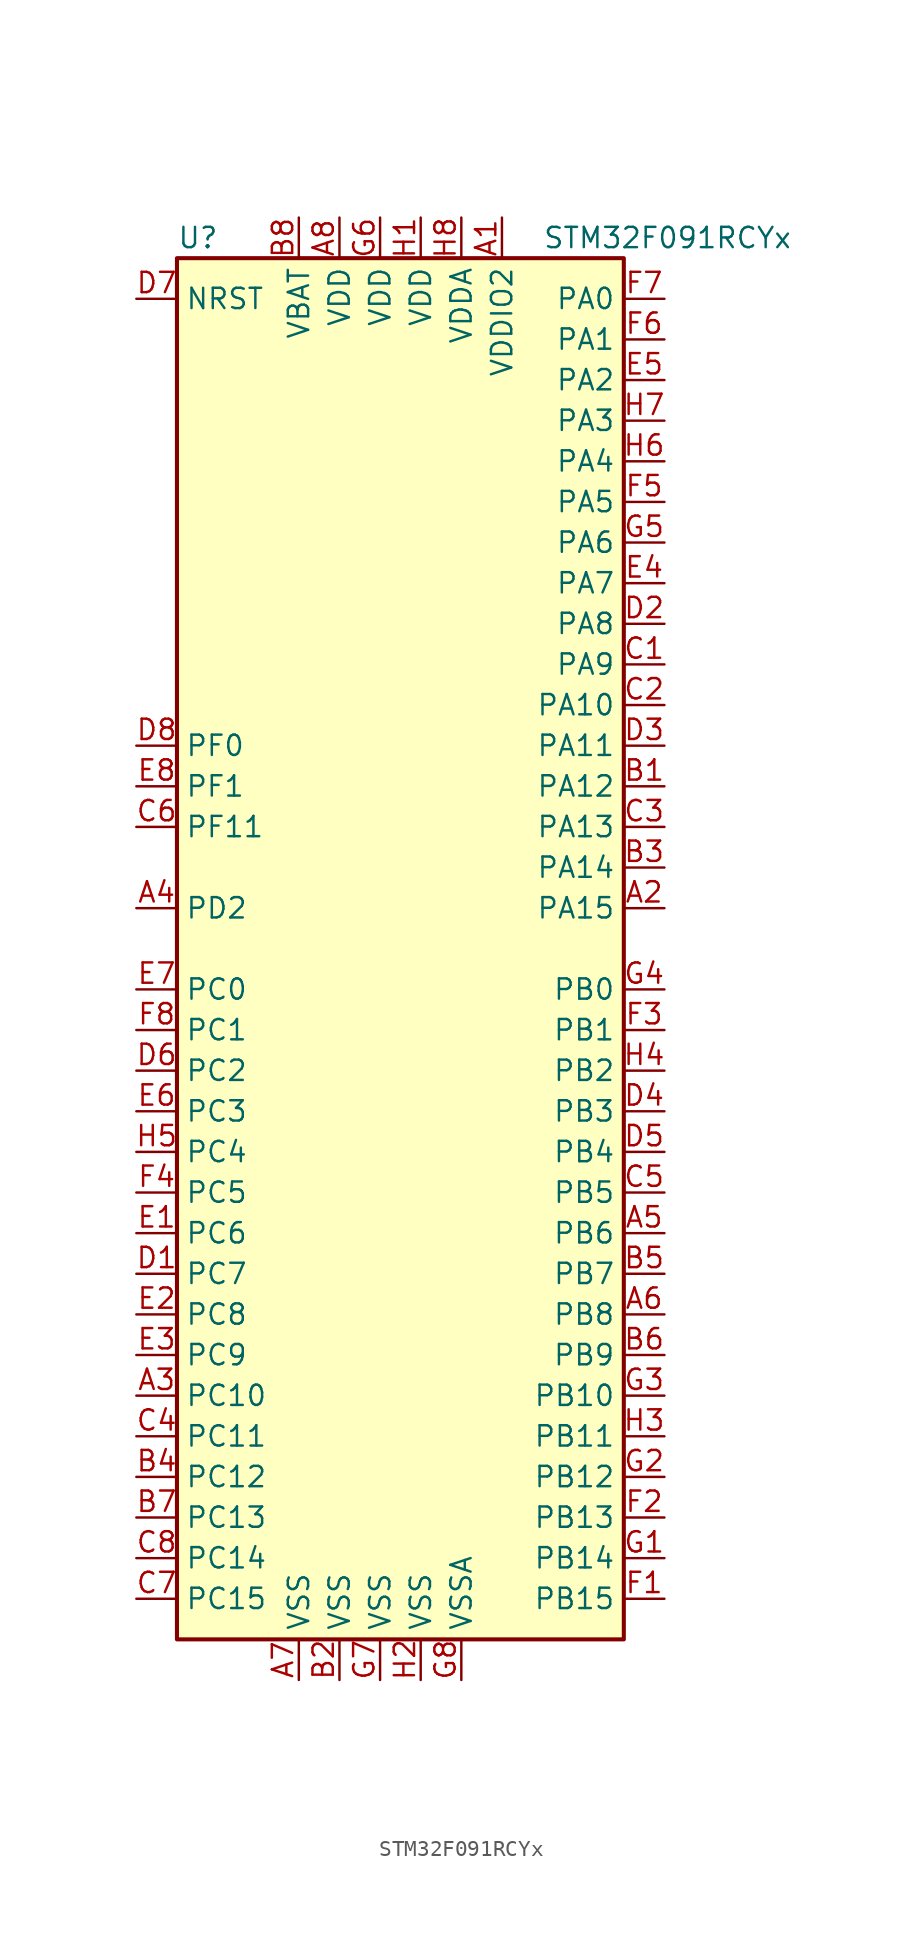
<source format=kicad_sym>
(kicad_symbol_lib
  (version 20201005)
  (generator kicad_symbol_editor)
  (symbol "STM32F091RCYx"
    (property "Reference" "U"
      (at -15.24 44.45 0)
      (effects (font (size 1.27 1.27)) (justify left)))
    (property "Value" "STM32F091RCYx"
      (at 7.62 44.45 0)
      (effects (font (size 1.27 1.27)) (justify left)))
    (symbol "STM32F091RCYx_0_1"
      (rectangle (start -15.24 -43.18) (end 12.7 43.18) (stroke (width 0.254)) (fill (type background))))
    (symbol "STM32F091RCYx_1_1"
      (pin power_in line (at 5.08 45.72 270) (length 2.54) (name "VDDIO2" (effects (font (size 1.27 1.27)))) (number "A1" (effects (font (size 1.27 1.27)))))
      (pin bidirectional line (at 15.24 2.54 180) (length 2.54) (name "PA15" (effects (font (size 1.27 1.27)))) (number "A2" (effects (font (size 1.27 1.27)))))
      (pin bidirectional line (at -17.78 -27.94 0) (length 2.54) (name "PC10" (effects (font (size 1.27 1.27)))) (number "A3" (effects (font (size 1.27 1.27)))))
      (pin bidirectional line (at -17.78 2.54 0) (length 2.54) (name "PD2" (effects (font (size 1.27 1.27)))) (number "A4" (effects (font (size 1.27 1.27)))))
      (pin bidirectional line (at 15.24 -17.78 180) (length 2.54) (name "PB6" (effects (font (size 1.27 1.27)))) (number "A5" (effects (font (size 1.27 1.27)))))
      (pin bidirectional line (at 15.24 -22.86 180) (length 2.54) (name "PB8" (effects (font (size 1.27 1.27)))) (number "A6" (effects (font (size 1.27 1.27)))))
      (pin power_in line (at -7.62 -45.72 90) (length 2.54) (name "VSS" (effects (font (size 1.27 1.27)))) (number "A7" (effects (font (size 1.27 1.27)))))
      (pin power_in line (at -5.08 45.72 270) (length 2.54) (name "VDD" (effects (font (size 1.27 1.27)))) (number "A8" (effects (font (size 1.27 1.27)))))
      (pin bidirectional line (at 15.24 10.16 180) (length 2.54) (name "PA12" (effects (font (size 1.27 1.27)))) (number "B1" (effects (font (size 1.27 1.27)))))
      (pin power_in line (at -5.08 -45.72 90) (length 2.54) (name "VSS" (effects (font (size 1.27 1.27)))) (number "B2" (effects (font (size 1.27 1.27)))))
      (pin bidirectional line (at 15.24 5.08 180) (length 2.54) (name "PA14" (effects (font (size 1.27 1.27)))) (number "B3" (effects (font (size 1.27 1.27)))))
      (pin bidirectional line (at -17.78 -33.02 0) (length 2.54) (name "PC12" (effects (font (size 1.27 1.27)))) (number "B4" (effects (font (size 1.27 1.27)))))
      (pin bidirectional line (at 15.24 -20.32 180) (length 2.54) (name "PB7" (effects (font (size 1.27 1.27)))) (number "B5" (effects (font (size 1.27 1.27)))))
      (pin bidirectional line (at 15.24 -25.4 180) (length 2.54) (name "PB9" (effects (font (size 1.27 1.27)))) (number "B6" (effects (font (size 1.27 1.27)))))
      (pin bidirectional line (at -17.78 -35.56 0) (length 2.54) (name "PC13" (effects (font (size 1.27 1.27)))) (number "B7" (effects (font (size 1.27 1.27)))))
      (pin power_in line (at -7.62 45.72 270) (length 2.54) (name "VBAT" (effects (font (size 1.27 1.27)))) (number "B8" (effects (font (size 1.27 1.27)))))
      (pin bidirectional line (at 15.24 17.78 180) (length 2.54) (name "PA9" (effects (font (size 1.27 1.27)))) (number "C1" (effects (font (size 1.27 1.27)))))
      (pin bidirectional line (at 15.24 15.24 180) (length 2.54) (name "PA10" (effects (font (size 1.27 1.27)))) (number "C2" (effects (font (size 1.27 1.27)))))
      (pin bidirectional line (at 15.24 7.62 180) (length 2.54) (name "PA13" (effects (font (size 1.27 1.27)))) (number "C3" (effects (font (size 1.27 1.27)))))
      (pin bidirectional line (at -17.78 -30.48 0) (length 2.54) (name "PC11" (effects (font (size 1.27 1.27)))) (number "C4" (effects (font (size 1.27 1.27)))))
      (pin bidirectional line (at 15.24 -15.24 180) (length 2.54) (name "PB5" (effects (font (size 1.27 1.27)))) (number "C5" (effects (font (size 1.27 1.27)))))
      (pin bidirectional line (at -17.78 7.62 0) (length 2.54) (name "PF11" (effects (font (size 1.27 1.27)))) (number "C6" (effects (font (size 1.27 1.27)))))
      (pin bidirectional line (at -17.78 -40.64 0) (length 2.54) (name "PC15" (effects (font (size 1.27 1.27)))) (number "C7" (effects (font (size 1.27 1.27)))))
      (pin bidirectional line (at -17.78 -38.1 0) (length 2.54) (name "PC14" (effects (font (size 1.27 1.27)))) (number "C8" (effects (font (size 1.27 1.27)))))
      (pin bidirectional line (at -17.78 -20.32 0) (length 2.54) (name "PC7" (effects (font (size 1.27 1.27)))) (number "D1" (effects (font (size 1.27 1.27)))))
      (pin bidirectional line (at 15.24 20.32 180) (length 2.54) (name "PA8" (effects (font (size 1.27 1.27)))) (number "D2" (effects (font (size 1.27 1.27)))))
      (pin bidirectional line (at 15.24 12.7 180) (length 2.54) (name "PA11" (effects (font (size 1.27 1.27)))) (number "D3" (effects (font (size 1.27 1.27)))))
      (pin bidirectional line (at 15.24 -10.16 180) (length 2.54) (name "PB3" (effects (font (size 1.27 1.27)))) (number "D4" (effects (font (size 1.27 1.27)))))
      (pin bidirectional line (at 15.24 -12.7 180) (length 2.54) (name "PB4" (effects (font (size 1.27 1.27)))) (number "D5" (effects (font (size 1.27 1.27)))))
      (pin bidirectional line (at -17.78 -7.62 0) (length 2.54) (name "PC2" (effects (font (size 1.27 1.27)))) (number "D6" (effects (font (size 1.27 1.27)))))
      (pin input line (at -17.78 40.64 0) (length 2.54) (name "NRST" (effects (font (size 1.27 1.27)))) (number "D7" (effects (font (size 1.27 1.27)))))
      (pin input line (at -17.78 12.7 0) (length 2.54) (name "PF0" (effects (font (size 1.27 1.27)))) (number "D8" (effects (font (size 1.27 1.27)))))
      (pin bidirectional line (at -17.78 -17.78 0) (length 2.54) (name "PC6" (effects (font (size 1.27 1.27)))) (number "E1" (effects (font (size 1.27 1.27)))))
      (pin bidirectional line (at -17.78 -22.86 0) (length 2.54) (name "PC8" (effects (font (size 1.27 1.27)))) (number "E2" (effects (font (size 1.27 1.27)))))
      (pin bidirectional line (at -17.78 -25.4 0) (length 2.54) (name "PC9" (effects (font (size 1.27 1.27)))) (number "E3" (effects (font (size 1.27 1.27)))))
      (pin bidirectional line (at 15.24 22.86 180) (length 2.54) (name "PA7" (effects (font (size 1.27 1.27)))) (number "E4" (effects (font (size 1.27 1.27)))))
      (pin bidirectional line (at 15.24 35.56 180) (length 2.54) (name "PA2" (effects (font (size 1.27 1.27)))) (number "E5" (effects (font (size 1.27 1.27)))))
      (pin bidirectional line (at -17.78 -10.16 0) (length 2.54) (name "PC3" (effects (font (size 1.27 1.27)))) (number "E6" (effects (font (size 1.27 1.27)))))
      (pin bidirectional line (at -17.78 -2.54 0) (length 2.54) (name "PC0" (effects (font (size 1.27 1.27)))) (number "E7" (effects (font (size 1.27 1.27)))))
      (pin input line (at -17.78 10.16 0) (length 2.54) (name "PF1" (effects (font (size 1.27 1.27)))) (number "E8" (effects (font (size 1.27 1.27)))))
      (pin bidirectional line (at 15.24 -40.64 180) (length 2.54) (name "PB15" (effects (font (size 1.27 1.27)))) (number "F1" (effects (font (size 1.27 1.27)))))
      (pin bidirectional line (at 15.24 -35.56 180) (length 2.54) (name "PB13" (effects (font (size 1.27 1.27)))) (number "F2" (effects (font (size 1.27 1.27)))))
      (pin bidirectional line (at 15.24 -5.08 180) (length 2.54) (name "PB1" (effects (font (size 1.27 1.27)))) (number "F3" (effects (font (size 1.27 1.27)))))
      (pin bidirectional line (at -17.78 -15.24 0) (length 2.54) (name "PC5" (effects (font (size 1.27 1.27)))) (number "F4" (effects (font (size 1.27 1.27)))))
      (pin bidirectional line (at 15.24 27.94 180) (length 2.54) (name "PA5" (effects (font (size 1.27 1.27)))) (number "F5" (effects (font (size 1.27 1.27)))))
      (pin bidirectional line (at 15.24 38.1 180) (length 2.54) (name "PA1" (effects (font (size 1.27 1.27)))) (number "F6" (effects (font (size 1.27 1.27)))))
      (pin bidirectional line (at 15.24 40.64 180) (length 2.54) (name "PA0" (effects (font (size 1.27 1.27)))) (number "F7" (effects (font (size 1.27 1.27)))))
      (pin bidirectional line (at -17.78 -5.08 0) (length 2.54) (name "PC1" (effects (font (size 1.27 1.27)))) (number "F8" (effects (font (size 1.27 1.27)))))
      (pin bidirectional line (at 15.24 -38.1 180) (length 2.54) (name "PB14" (effects (font (size 1.27 1.27)))) (number "G1" (effects (font (size 1.27 1.27)))))
      (pin bidirectional line (at 15.24 -33.02 180) (length 2.54) (name "PB12" (effects (font (size 1.27 1.27)))) (number "G2" (effects (font (size 1.27 1.27)))))
      (pin bidirectional line (at 15.24 -27.94 180) (length 2.54) (name "PB10" (effects (font (size 1.27 1.27)))) (number "G3" (effects (font (size 1.27 1.27)))))
      (pin bidirectional line (at 15.24 -2.54 180) (length 2.54) (name "PB0" (effects (font (size 1.27 1.27)))) (number "G4" (effects (font (size 1.27 1.27)))))
      (pin bidirectional line (at 15.24 25.4 180) (length 2.54) (name "PA6" (effects (font (size 1.27 1.27)))) (number "G5" (effects (font (size 1.27 1.27)))))
      (pin power_in line (at -2.54 45.72 270) (length 2.54) (name "VDD" (effects (font (size 1.27 1.27)))) (number "G6" (effects (font (size 1.27 1.27)))))
      (pin power_in line (at -2.54 -45.72 90) (length 2.54) (name "VSS" (effects (font (size 1.27 1.27)))) (number "G7" (effects (font (size 1.27 1.27)))))
      (pin power_in line (at 2.54 -45.72 90) (length 2.54) (name "VSSA" (effects (font (size 1.27 1.27)))) (number "G8" (effects (font (size 1.27 1.27)))))
      (pin power_in line (at 0 45.72 270) (length 2.54) (name "VDD" (effects (font (size 1.27 1.27)))) (number "H1" (effects (font (size 1.27 1.27)))))
      (pin power_in line (at 0 -45.72 90) (length 2.54) (name "VSS" (effects (font (size 1.27 1.27)))) (number "H2" (effects (font (size 1.27 1.27)))))
      (pin bidirectional line (at 15.24 -30.48 180) (length 2.54) (name "PB11" (effects (font (size 1.27 1.27)))) (number "H3" (effects (font (size 1.27 1.27)))))
      (pin bidirectional line (at 15.24 -7.62 180) (length 2.54) (name "PB2" (effects (font (size 1.27 1.27)))) (number "H4" (effects (font (size 1.27 1.27)))))
      (pin bidirectional line (at -17.78 -12.7 0) (length 2.54) (name "PC4" (effects (font (size 1.27 1.27)))) (number "H5" (effects (font (size 1.27 1.27)))))
      (pin bidirectional line (at 15.24 30.48 180) (length 2.54) (name "PA4" (effects (font (size 1.27 1.27)))) (number "H6" (effects (font (size 1.27 1.27)))))
      (pin bidirectional line (at 15.24 33.02 180) (length 2.54) (name "PA3" (effects (font (size 1.27 1.27)))) (number "H7" (effects (font (size 1.27 1.27)))))
      (pin power_in line (at 2.54 45.72 270) (length 2.54) (name "VDDA" (effects (font (size 1.27 1.27)))) (number "H8" (effects (font (size 1.27 1.27))))))))
</source>
